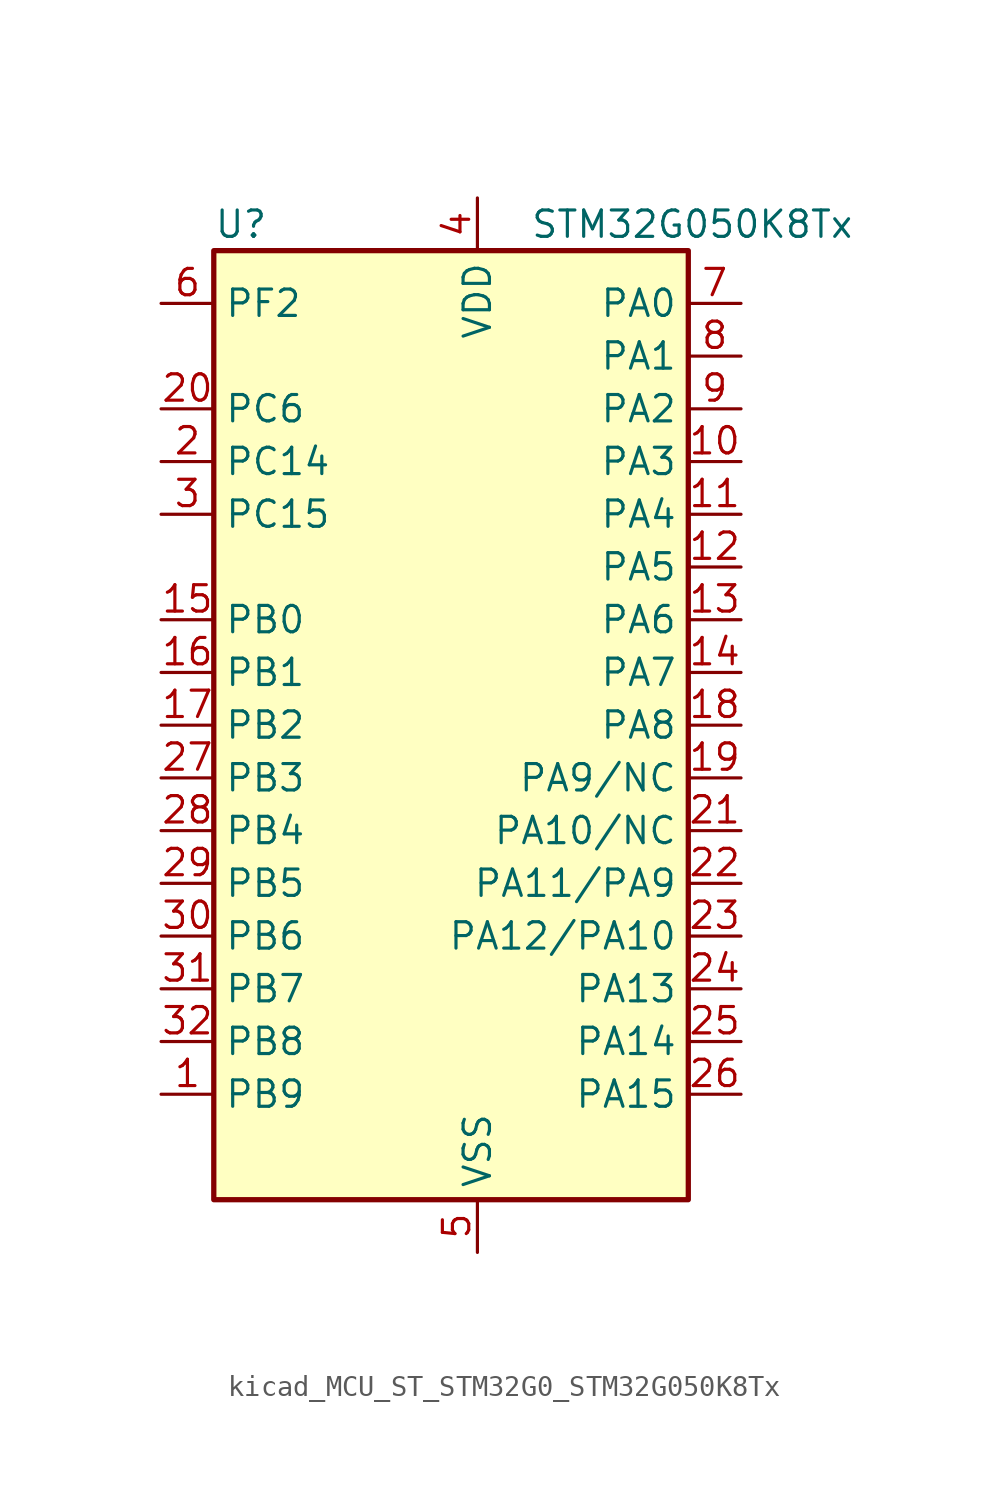
<source format=kicad_sym>
(kicad_symbol_lib
  (version 20220914)
  (generator kicad_symbol_editor)
  (symbol "kicad_MCU_ST_STM32G0_STM32G050K8Tx"
    (property "Reference" "U"
      (at -10.16 24.13 0)
      (effects (font (size 1.27 1.27)) (justify left)))
    (property "Value" "STM32G050K8Tx"
      (at 5.08 24.13 0)
      (effects (font (size 1.27 1.27)) (justify left)))
    (property "ki_locked" ""
      (at 0 0 0)
      (effects (font (size 1.27 1.27))))
    (symbol "kicad_MCU_ST_STM32G0_STM32G050K8Tx_0_1"
      (rectangle (start -10.16 -22.86) (end 12.7 22.86) (stroke (width 0.254) (type default)) (fill (type background))))
    (symbol "kicad_MCU_ST_STM32G0_STM32G050K8Tx_1_1"
      (pin bidirectional line (at -12.7 -17.78 0) (length 2.54) (name "PB9" (effects (font (size 1.27 1.27)))) (number "1" (effects (font (size 1.27 1.27)))) (alternate "I2C1_SDA" bidirectional line) (alternate "IR_OUT" bidirectional line) (alternate "SPI2_NSS" bidirectional line) (alternate "TIM17_CH1" bidirectional line))
      (pin bidirectional line (at 15.24 12.7 180) (length 2.54) (name "PA3" (effects (font (size 1.27 1.27)))) (number "10" (effects (font (size 1.27 1.27)))) (alternate "ADC1_IN3" bidirectional line) (alternate "SPI2_MISO" bidirectional line) (alternate "TIM15_CH2" bidirectional line) (alternate "USART2_RX" bidirectional line))
      (pin bidirectional line (at 15.24 10.16 180) (length 2.54) (name "PA4" (effects (font (size 1.27 1.27)))) (number "11" (effects (font (size 1.27 1.27)))) (alternate "ADC1_IN4" bidirectional line) (alternate "I2S1_WS" bidirectional line) (alternate "RTC_OUT1" bidirectional line) (alternate "RTC_TAMP_IN1" bidirectional line) (alternate "RTC_TS" bidirectional line) (alternate "SPI1_NSS" bidirectional line) (alternate "SPI2_MOSI" bidirectional line) (alternate "SYS_WKUP2" bidirectional line) (alternate "TIM14_CH1" bidirectional line))
      (pin bidirectional line (at 15.24 7.62 180) (length 2.54) (name "PA5" (effects (font (size 1.27 1.27)))) (number "12" (effects (font (size 1.27 1.27)))) (alternate "ADC1_IN5" bidirectional line) (alternate "I2S1_CK" bidirectional line) (alternate "SPI1_SCK" bidirectional line))
      (pin bidirectional line (at 15.24 5.08 180) (length 2.54) (name "PA6" (effects (font (size 1.27 1.27)))) (number "13" (effects (font (size 1.27 1.27)))) (alternate "ADC1_IN6" bidirectional line) (alternate "I2S1_MCK" bidirectional line) (alternate "SPI1_MISO" bidirectional line) (alternate "TIM16_CH1" bidirectional line) (alternate "TIM1_BK" bidirectional line) (alternate "TIM3_CH1" bidirectional line))
      (pin bidirectional line (at 15.24 2.54 180) (length 2.54) (name "PA7" (effects (font (size 1.27 1.27)))) (number "14" (effects (font (size 1.27 1.27)))) (alternate "ADC1_IN7" bidirectional line) (alternate "I2S1_SD" bidirectional line) (alternate "SPI1_MOSI" bidirectional line) (alternate "TIM14_CH1" bidirectional line) (alternate "TIM17_CH1" bidirectional line) (alternate "TIM1_CH1N" bidirectional line) (alternate "TIM3_CH2" bidirectional line))
      (pin bidirectional line (at -12.7 5.08 0) (length 2.54) (name "PB0" (effects (font (size 1.27 1.27)))) (number "15" (effects (font (size 1.27 1.27)))) (alternate "ADC1_IN8" bidirectional line) (alternate "I2S1_WS" bidirectional line) (alternate "SPI1_NSS" bidirectional line) (alternate "TIM1_CH2N" bidirectional line) (alternate "TIM3_CH3" bidirectional line))
      (pin bidirectional line (at -12.7 2.54 0) (length 2.54) (name "PB1" (effects (font (size 1.27 1.27)))) (number "16" (effects (font (size 1.27 1.27)))) (alternate "ADC1_IN9" bidirectional line) (alternate "TIM14_CH1" bidirectional line) (alternate "TIM1_CH3N" bidirectional line) (alternate "TIM3_CH4" bidirectional line))
      (pin bidirectional line (at -12.7 0 0) (length 2.54) (name "PB2" (effects (font (size 1.27 1.27)))) (number "17" (effects (font (size 1.27 1.27)))) (alternate "ADC1_IN10" bidirectional line) (alternate "SPI2_MISO" bidirectional line))
      (pin bidirectional line (at 15.24 0 180) (length 2.54) (name "PA8" (effects (font (size 1.27 1.27)))) (number "18" (effects (font (size 1.27 1.27)))) (alternate "RCC_MCO" bidirectional line) (alternate "SPI2_NSS" bidirectional line) (alternate "TIM1_CH1" bidirectional line))
      (pin bidirectional line (at 15.24 -2.54 180) (length 2.54) (name "PA9/NC" (effects (font (size 1.27 1.27)))) (number "19" (effects (font (size 1.27 1.27)))) (alternate "I2C1_SCL" bidirectional line) (alternate "RCC_MCO" bidirectional line) (alternate "SPI2_MISO" bidirectional line) (alternate "TIM15_BK" bidirectional line) (alternate "TIM1_CH2" bidirectional line) (alternate "USART1_TX" bidirectional line))
      (pin bidirectional line (at -12.7 12.7 0) (length 2.54) (name "PC14" (effects (font (size 1.27 1.27)))) (number "2" (effects (font (size 1.27 1.27)))) (alternate "RCC_OSC32_IN" bidirectional line) (alternate "RCC_OSC_IN" bidirectional line) (alternate "TIM1_BK2" bidirectional line))
      (pin bidirectional line (at -12.7 15.24 0) (length 2.54) (name "PC6" (effects (font (size 1.27 1.27)))) (number "20" (effects (font (size 1.27 1.27)))) (alternate "TIM3_CH1" bidirectional line))
      (pin bidirectional line (at 15.24 -5.08 180) (length 2.54) (name "PA10/NC" (effects (font (size 1.27 1.27)))) (number "21" (effects (font (size 1.27 1.27)))) (alternate "I2C1_SDA" bidirectional line) (alternate "SPI2_MOSI" bidirectional line) (alternate "TIM17_BK" bidirectional line) (alternate "TIM1_CH3" bidirectional line) (alternate "USART1_RX" bidirectional line))
      (pin bidirectional line (at 15.24 -7.62 180) (length 2.54) (name "PA11/PA9" (effects (font (size 1.27 1.27)))) (number "22" (effects (font (size 1.27 1.27)))) (alternate "ADC1_EXTI11" bidirectional line) (alternate "ADC1_IN15" bidirectional line) (alternate "I2C2_SCL" bidirectional line) (alternate "I2S1_MCK" bidirectional line) (alternate "SPI1_MISO" bidirectional line) (alternate "TIM1_BK2" bidirectional line) (alternate "TIM1_CH4" bidirectional line) (alternate "USART1_CTS" bidirectional line) (alternate "USART1_NSS" bidirectional line))
      (pin bidirectional line (at 15.24 -10.16 180) (length 2.54) (name "PA12/PA10" (effects (font (size 1.27 1.27)))) (number "23" (effects (font (size 1.27 1.27)))) (alternate "ADC1_IN16" bidirectional line) (alternate "I2C2_SDA" bidirectional line) (alternate "I2S1_SD" bidirectional line) (alternate "I2S_CKIN" bidirectional line) (alternate "SPI1_MOSI" bidirectional line) (alternate "TIM1_ETR" bidirectional line) (alternate "USART1_CK" bidirectional line) (alternate "USART1_DE" bidirectional line) (alternate "USART1_RTS" bidirectional line))
      (pin bidirectional line (at 15.24 -12.7 180) (length 2.54) (name "PA13" (effects (font (size 1.27 1.27)))) (number "24" (effects (font (size 1.27 1.27)))) (alternate "ADC1_IN17" bidirectional line) (alternate "IR_OUT" bidirectional line) (alternate "SYS_SWDIO" bidirectional line))
      (pin bidirectional line (at 15.24 -15.24 180) (length 2.54) (name "PA14" (effects (font (size 1.27 1.27)))) (number "25" (effects (font (size 1.27 1.27)))) (alternate "ADC1_IN18" bidirectional line) (alternate "SYS_SWCLK" bidirectional line) (alternate "USART2_TX" bidirectional line))
      (pin bidirectional line (at 15.24 -17.78 180) (length 2.54) (name "PA15" (effects (font (size 1.27 1.27)))) (number "26" (effects (font (size 1.27 1.27)))) (alternate "I2S1_WS" bidirectional line) (alternate "SPI1_NSS" bidirectional line) (alternate "USART2_RX" bidirectional line))
      (pin bidirectional line (at -12.7 -2.54 0) (length 2.54) (name "PB3" (effects (font (size 1.27 1.27)))) (number "27" (effects (font (size 1.27 1.27)))) (alternate "I2S1_CK" bidirectional line) (alternate "SPI1_SCK" bidirectional line) (alternate "TIM1_CH2" bidirectional line) (alternate "USART1_CK" bidirectional line) (alternate "USART1_DE" bidirectional line) (alternate "USART1_RTS" bidirectional line))
      (pin bidirectional line (at -12.7 -5.08 0) (length 2.54) (name "PB4" (effects (font (size 1.27 1.27)))) (number "28" (effects (font (size 1.27 1.27)))) (alternate "I2S1_MCK" bidirectional line) (alternate "SPI1_MISO" bidirectional line) (alternate "TIM17_BK" bidirectional line) (alternate "TIM3_CH1" bidirectional line) (alternate "USART1_CTS" bidirectional line) (alternate "USART1_NSS" bidirectional line))
      (pin bidirectional line (at -12.7 -7.62 0) (length 2.54) (name "PB5" (effects (font (size 1.27 1.27)))) (number "29" (effects (font (size 1.27 1.27)))) (alternate "I2C1_SMBA" bidirectional line) (alternate "I2S1_SD" bidirectional line) (alternate "SPI1_MOSI" bidirectional line) (alternate "SYS_WKUP6" bidirectional line) (alternate "TIM16_BK" bidirectional line) (alternate "TIM3_CH2" bidirectional line))
      (pin bidirectional line (at -12.7 10.16 0) (length 2.54) (name "PC15" (effects (font (size 1.27 1.27)))) (number "3" (effects (font (size 1.27 1.27)))) (alternate "RCC_OSC32_EN" bidirectional line) (alternate "RCC_OSC32_OUT" bidirectional line) (alternate "RCC_OSC_EN" bidirectional line) (alternate "TIM15_BK" bidirectional line))
      (pin bidirectional line (at -12.7 -10.16 0) (length 2.54) (name "PB6" (effects (font (size 1.27 1.27)))) (number "30" (effects (font (size 1.27 1.27)))) (alternate "I2C1_SCL" bidirectional line) (alternate "SPI2_MISO" bidirectional line) (alternate "TIM16_CH1N" bidirectional line) (alternate "TIM1_CH3" bidirectional line) (alternate "USART1_TX" bidirectional line))
      (pin bidirectional line (at -12.7 -12.7 0) (length 2.54) (name "PB7" (effects (font (size 1.27 1.27)))) (number "31" (effects (font (size 1.27 1.27)))) (alternate "ADC1_IN11" bidirectional line) (alternate "I2C1_SDA" bidirectional line) (alternate "SPI2_MOSI" bidirectional line) (alternate "SYS_PVD_IN" bidirectional line) (alternate "TIM17_CH1N" bidirectional line) (alternate "USART1_RX" bidirectional line))
      (pin bidirectional line (at -12.7 -15.24 0) (length 2.54) (name "PB8" (effects (font (size 1.27 1.27)))) (number "32" (effects (font (size 1.27 1.27)))) (alternate "I2C1_SCL" bidirectional line) (alternate "SPI2_SCK" bidirectional line) (alternate "TIM15_BK" bidirectional line) (alternate "TIM16_CH1" bidirectional line))
      (pin power_in line (at 2.54 25.4 270) (length 2.54) (name "VDD" (effects (font (size 1.27 1.27)))) (number "4" (effects (font (size 1.27 1.27)))))
      (pin power_in line (at 2.54 -25.4 90) (length 2.54) (name "VSS" (effects (font (size 1.27 1.27)))) (number "5" (effects (font (size 1.27 1.27)))))
      (pin bidirectional line (at -12.7 20.32 0) (length 2.54) (name "PF2" (effects (font (size 1.27 1.27)))) (number "6" (effects (font (size 1.27 1.27)))) (alternate "RCC_MCO" bidirectional line))
      (pin bidirectional line (at 15.24 20.32 180) (length 2.54) (name "PA0" (effects (font (size 1.27 1.27)))) (number "7" (effects (font (size 1.27 1.27)))) (alternate "ADC1_IN0" bidirectional line) (alternate "RTC_TAMP_IN2" bidirectional line) (alternate "SPI2_SCK" bidirectional line) (alternate "SYS_WKUP1" bidirectional line) (alternate "USART2_CTS" bidirectional line) (alternate "USART2_NSS" bidirectional line))
      (pin bidirectional line (at 15.24 17.78 180) (length 2.54) (name "PA1" (effects (font (size 1.27 1.27)))) (number "8" (effects (font (size 1.27 1.27)))) (alternate "ADC1_IN1" bidirectional line) (alternate "I2C1_SMBA" bidirectional line) (alternate "I2S1_CK" bidirectional line) (alternate "SPI1_SCK" bidirectional line) (alternate "TIM15_CH1N" bidirectional line) (alternate "USART2_CK" bidirectional line) (alternate "USART2_DE" bidirectional line) (alternate "USART2_RTS" bidirectional line))
      (pin bidirectional line (at 15.24 15.24 180) (length 2.54) (name "PA2" (effects (font (size 1.27 1.27)))) (number "9" (effects (font (size 1.27 1.27)))) (alternate "ADC1_IN2" bidirectional line) (alternate "I2S1_SD" bidirectional line) (alternate "RCC_LSCO" bidirectional line) (alternate "SPI1_MOSI" bidirectional line) (alternate "SYS_WKUP4" bidirectional line) (alternate "TIM15_CH1" bidirectional line) (alternate "USART2_TX" bidirectional line)))))
</source>
